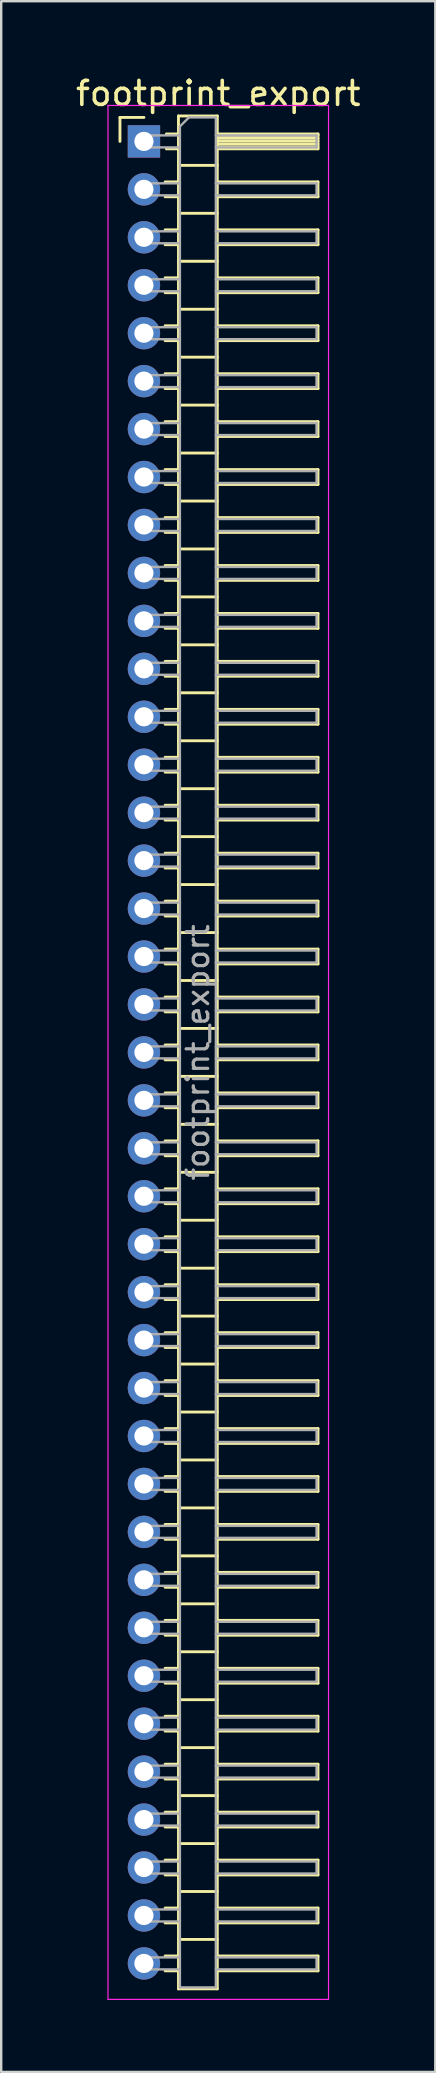
<source format=kicad_pcb>
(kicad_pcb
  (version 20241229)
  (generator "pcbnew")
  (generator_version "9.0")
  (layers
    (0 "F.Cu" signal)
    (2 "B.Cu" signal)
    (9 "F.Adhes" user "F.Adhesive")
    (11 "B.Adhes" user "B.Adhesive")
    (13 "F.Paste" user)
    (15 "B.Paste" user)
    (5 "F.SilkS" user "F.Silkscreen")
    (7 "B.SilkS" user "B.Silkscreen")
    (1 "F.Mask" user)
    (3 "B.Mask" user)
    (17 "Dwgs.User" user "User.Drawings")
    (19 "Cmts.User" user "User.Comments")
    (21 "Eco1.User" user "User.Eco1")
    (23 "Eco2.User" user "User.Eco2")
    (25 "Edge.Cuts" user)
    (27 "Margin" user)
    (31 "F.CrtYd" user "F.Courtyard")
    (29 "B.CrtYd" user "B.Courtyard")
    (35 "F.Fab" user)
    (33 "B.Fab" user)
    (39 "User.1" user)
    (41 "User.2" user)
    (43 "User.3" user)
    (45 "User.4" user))
  (footprint "footprint_export"
    (layer "F.Cu")
    (at 2.954 2.848)
    (property "Reference" "footprint_export" (at 3.1 -2 0) (layer "F.SilkS") (effects (font (size 1 1) (thickness 0.15))))
    (attr through_hole)
    (fp_line (start -1 -1) (end 0 -1) (stroke (width 0.12) (type solid)) (layer "F.SilkS"))
    (fp_line (start -1 0) (end -1 -1) (stroke (width 0.12) (type solid)) (layer "F.SilkS"))
    (fp_line (start 0.882 1.69) (end 1.44 1.69) (stroke (width 0.12) (type solid)) (layer "F.SilkS"))
    (fp_line (start 0.882 2.31) (end 1.44 2.31) (stroke (width 0.12) (type solid)) (layer "F.SilkS"))
    (fp_line (start 0.882 3.69) (end 1.44 3.69) (stroke (width 0.12) (type solid)) (layer "F.SilkS"))
    (fp_line (start 0.882 4.31) (end 1.44 4.31) (stroke (width 0.12) (type solid)) (layer "F.SilkS"))
    (fp_line (start 0.882 5.69) (end 1.44 5.69) (stroke (width 0.12) (type solid)) (layer "F.SilkS"))
    (fp_line (start 0.882 6.31) (end 1.44 6.31) (stroke (width 0.12) (type solid)) (layer "F.SilkS"))
    (fp_line (start 0.882 7.69) (end 1.44 7.69) (stroke (width 0.12) (type solid)) (layer "F.SilkS"))
    (fp_line (start 0.882 8.31) (end 1.44 8.31) (stroke (width 0.12) (type solid)) (layer "F.SilkS"))
    (fp_line (start 0.882 9.69) (end 1.44 9.69) (stroke (width 0.12) (type solid)) (layer "F.SilkS"))
    (fp_line (start 0.882 10.31) (end 1.44 10.31) (stroke (width 0.12) (type solid)) (layer "F.SilkS"))
    (fp_line (start 0.882 11.69) (end 1.44 11.69) (stroke (width 0.12) (type solid)) (layer "F.SilkS"))
    (fp_line (start 0.882 12.31) (end 1.44 12.31) (stroke (width 0.12) (type solid)) (layer "F.SilkS"))
    (fp_line (start 0.882 13.69) (end 1.44 13.69) (stroke (width 0.12) (type solid)) (layer "F.SilkS"))
    (fp_line (start 0.882 14.31) (end 1.44 14.31) (stroke (width 0.12) (type solid)) (layer "F.SilkS"))
    (fp_line (start 0.882 15.69) (end 1.44 15.69) (stroke (width 0.12) (type solid)) (layer "F.SilkS"))
    (fp_line (start 0.882 16.31) (end 1.44 16.31) (stroke (width 0.12) (type solid)) (layer "F.SilkS"))
    (fp_line (start 0.882 17.69) (end 1.44 17.69) (stroke (width 0.12) (type solid)) (layer "F.SilkS"))
    (fp_line (start 0.882 18.31) (end 1.44 18.31) (stroke (width 0.12) (type solid)) (layer "F.SilkS"))
    (fp_line (start 0.882 19.69) (end 1.44 19.69) (stroke (width 0.12) (type solid)) (layer "F.SilkS"))
    (fp_line (start 0.882 20.31) (end 1.44 20.31) (stroke (width 0.12) (type solid)) (layer "F.SilkS"))
    (fp_line (start 0.882 21.69) (end 1.44 21.69) (stroke (width 0.12) (type solid)) (layer "F.SilkS"))
    (fp_line (start 0.882 22.31) (end 1.44 22.31) (stroke (width 0.12) (type solid)) (layer "F.SilkS"))
    (fp_line (start 0.882 23.69) (end 1.44 23.69) (stroke (width 0.12) (type solid)) (layer "F.SilkS"))
    (fp_line (start 0.882 24.31) (end 1.44 24.31) (stroke (width 0.12) (type solid)) (layer "F.SilkS"))
    (fp_line (start 0.882 25.69) (end 1.44 25.69) (stroke (width 0.12) (type solid)) (layer "F.SilkS"))
    (fp_line (start 0.882 26.31) (end 1.44 26.31) (stroke (width 0.12) (type solid)) (layer "F.SilkS"))
    (fp_line (start 0.882 27.69) (end 1.44 27.69) (stroke (width 0.12) (type solid)) (layer "F.SilkS"))
    (fp_line (start 0.882 28.31) (end 1.44 28.31) (stroke (width 0.12) (type solid)) (layer "F.SilkS"))
    (fp_line (start 0.882 29.69) (end 1.44 29.69) (stroke (width 0.12) (type solid)) (layer "F.SilkS"))
    (fp_line (start 0.882 30.31) (end 1.44 30.31) (stroke (width 0.12) (type solid)) (layer "F.SilkS"))
    (fp_line (start 0.882 31.69) (end 1.44 31.69) (stroke (width 0.12) (type solid)) (layer "F.SilkS"))
    (fp_line (start 0.882 32.31) (end 1.44 32.31) (stroke (width 0.12) (type solid)) (layer "F.SilkS"))
    (fp_line (start 0.882 33.69) (end 1.44 33.69) (stroke (width 0.12) (type solid)) (layer "F.SilkS"))
    (fp_line (start 0.882 34.31) (end 1.44 34.31) (stroke (width 0.12) (type solid)) (layer "F.SilkS"))
    (fp_line (start 0.882 35.69) (end 1.44 35.69) (stroke (width 0.12) (type solid)) (layer "F.SilkS"))
    (fp_line (start 0.882 36.31) (end 1.44 36.31) (stroke (width 0.12) (type solid)) (layer "F.SilkS"))
    (fp_line (start 0.882 37.69) (end 1.44 37.69) (stroke (width 0.12) (type solid)) (layer "F.SilkS"))
    (fp_line (start 0.882 38.31) (end 1.44 38.31) (stroke (width 0.12) (type solid)) (layer "F.SilkS"))
    (fp_line (start 0.882 39.69) (end 1.44 39.69) (stroke (width 0.12) (type solid)) (layer "F.SilkS"))
    (fp_line (start 0.882 40.31) (end 1.44 40.31) (stroke (width 0.12) (type solid)) (layer "F.SilkS"))
    (fp_line (start 0.882 41.69) (end 1.44 41.69) (stroke (width 0.12) (type solid)) (layer "F.SilkS"))
    (fp_line (start 0.882 42.31) (end 1.44 42.31) (stroke (width 0.12) (type solid)) (layer "F.SilkS"))
    (fp_line (start 0.882 43.69) (end 1.44 43.69) (stroke (width 0.12) (type solid)) (layer "F.SilkS"))
    (fp_line (start 0.882 44.31) (end 1.44 44.31) (stroke (width 0.12) (type solid)) (layer "F.SilkS"))
    (fp_line (start 0.882 45.69) (end 1.44 45.69) (stroke (width 0.12) (type solid)) (layer "F.SilkS"))
    (fp_line (start 0.882 46.31) (end 1.44 46.31) (stroke (width 0.12) (type solid)) (layer "F.SilkS"))
    (fp_line (start 0.882 47.69) (end 1.44 47.69) (stroke (width 0.12) (type solid)) (layer "F.SilkS"))
    (fp_line (start 0.882 48.31) (end 1.44 48.31) (stroke (width 0.12) (type solid)) (layer "F.SilkS"))
    (fp_line (start 0.882 49.69) (end 1.44 49.69) (stroke (width 0.12) (type solid)) (layer "F.SilkS"))
    (fp_line (start 0.882 50.31) (end 1.44 50.31) (stroke (width 0.12) (type solid)) (layer "F.SilkS"))
    (fp_line (start 0.882 51.69) (end 1.44 51.69) (stroke (width 0.12) (type solid)) (layer "F.SilkS"))
    (fp_line (start 0.882 52.31) (end 1.44 52.31) (stroke (width 0.12) (type solid)) (layer "F.SilkS"))
    (fp_line (start 0.882 53.69) (end 1.44 53.69) (stroke (width 0.12) (type solid)) (layer "F.SilkS"))
    (fp_line (start 0.882 54.31) (end 1.44 54.31) (stroke (width 0.12) (type solid)) (layer "F.SilkS"))
    (fp_line (start 0.882 55.69) (end 1.44 55.69) (stroke (width 0.12) (type solid)) (layer "F.SilkS"))
    (fp_line (start 0.882 56.31) (end 1.44 56.31) (stroke (width 0.12) (type solid)) (layer "F.SilkS"))
    (fp_line (start 0.882 57.69) (end 1.44 57.69) (stroke (width 0.12) (type solid)) (layer "F.SilkS"))
    (fp_line (start 0.882 58.31) (end 1.44 58.31) (stroke (width 0.12) (type solid)) (layer "F.SilkS"))
    (fp_line (start 0.882 59.69) (end 1.44 59.69) (stroke (width 0.12) (type solid)) (layer "F.SilkS"))
    (fp_line (start 0.882 60.31) (end 1.44 60.31) (stroke (width 0.12) (type solid)) (layer "F.SilkS"))
    (fp_line (start 0.882 61.69) (end 1.44 61.69) (stroke (width 0.12) (type solid)) (layer "F.SilkS"))
    (fp_line (start 0.882 62.31) (end 1.44 62.31) (stroke (width 0.12) (type solid)) (layer "F.SilkS"))
    (fp_line (start 0.882 63.69) (end 1.44 63.69) (stroke (width 0.12) (type solid)) (layer "F.SilkS"))
    (fp_line (start 0.882 64.31) (end 1.44 64.31) (stroke (width 0.12) (type solid)) (layer "F.SilkS"))
    (fp_line (start 0.882 65.69) (end 1.44 65.69) (stroke (width 0.12) (type solid)) (layer "F.SilkS"))
    (fp_line (start 0.882 66.31) (end 1.44 66.31) (stroke (width 0.12) (type solid)) (layer "F.SilkS"))
    (fp_line (start 0.882 67.69) (end 1.44 67.69) (stroke (width 0.12) (type solid)) (layer "F.SilkS"))
    (fp_line (start 0.882 68.31) (end 1.44 68.31) (stroke (width 0.12) (type solid)) (layer "F.SilkS"))
    (fp_line (start 0.882 69.69) (end 1.44 69.69) (stroke (width 0.12) (type solid)) (layer "F.SilkS"))
    (fp_line (start 0.882 70.31) (end 1.44 70.31) (stroke (width 0.12) (type solid)) (layer "F.SilkS"))
    (fp_line (start 0.882 71.69) (end 1.44 71.69) (stroke (width 0.12) (type solid)) (layer "F.SilkS"))
    (fp_line (start 0.882 72.31) (end 1.44 72.31) (stroke (width 0.12) (type solid)) (layer "F.SilkS"))
    (fp_line (start 0.882 73.69) (end 1.44 73.69) (stroke (width 0.12) (type solid)) (layer "F.SilkS"))
    (fp_line (start 0.882 74.31) (end 1.44 74.31) (stroke (width 0.12) (type solid)) (layer "F.SilkS"))
    (fp_line (start 0.882 75.69) (end 1.44 75.69) (stroke (width 0.12) (type solid)) (layer "F.SilkS"))
    (fp_line (start 0.882 76.31) (end 1.44 76.31) (stroke (width 0.12) (type solid)) (layer "F.SilkS"))
    (fp_line (start 0.935 -0.31) (end 1.44 -0.31) (stroke (width 0.12) (type solid)) (layer "F.SilkS"))
    (fp_line (start 0.935 0.31) (end 1.44 0.31) (stroke (width 0.12) (type solid)) (layer "F.SilkS"))
    (fp_line (start 1.44 -1.06) (end 1.44 77.06) (stroke (width 0.12) (type solid)) (layer "F.SilkS"))
    (fp_line (start 1.44 1) (end 3.06 1) (stroke (width 0.12) (type solid)) (layer "F.SilkS"))
    (fp_line (start 1.44 3) (end 3.06 3) (stroke (width 0.12) (type solid)) (layer "F.SilkS"))
    (fp_line (start 1.44 5) (end 3.06 5) (stroke (width 0.12) (type solid)) (layer "F.SilkS"))
    (fp_line (start 1.44 7) (end 3.06 7) (stroke (width 0.12) (type solid)) (layer "F.SilkS"))
    (fp_line (start 1.44 9) (end 3.06 9) (stroke (width 0.12) (type solid)) (layer "F.SilkS"))
    (fp_line (start 1.44 11) (end 3.06 11) (stroke (width 0.12) (type solid)) (layer "F.SilkS"))
    (fp_line (start 1.44 13) (end 3.06 13) (stroke (width 0.12) (type solid)) (layer "F.SilkS"))
    (fp_line (start 1.44 15) (end 3.06 15) (stroke (width 0.12) (type solid)) (layer "F.SilkS"))
    (fp_line (start 1.44 17) (end 3.06 17) (stroke (width 0.12) (type solid)) (layer "F.SilkS"))
    (fp_line (start 1.44 19) (end 3.06 19) (stroke (width 0.12) (type solid)) (layer "F.SilkS"))
    (fp_line (start 1.44 21) (end 3.06 21) (stroke (width 0.12) (type solid)) (layer "F.SilkS"))
    (fp_line (start 1.44 23) (end 3.06 23) (stroke (width 0.12) (type solid)) (layer "F.SilkS"))
    (fp_line (start 1.44 25) (end 3.06 25) (stroke (width 0.12) (type solid)) (layer "F.SilkS"))
    (fp_line (start 1.44 27) (end 3.06 27) (stroke (width 0.12) (type solid)) (layer "F.SilkS"))
    (fp_line (start 1.44 29) (end 3.06 29) (stroke (width 0.12) (type solid)) (layer "F.SilkS"))
    (fp_line (start 1.44 31) (end 3.06 31) (stroke (width 0.12) (type solid)) (layer "F.SilkS"))
    (fp_line (start 1.44 33) (end 3.06 33) (stroke (width 0.12) (type solid)) (layer "F.SilkS"))
    (fp_line (start 1.44 35) (end 3.06 35) (stroke (width 0.12) (type solid)) (layer "F.SilkS"))
    (fp_line (start 1.44 37) (end 3.06 37) (stroke (width 0.12) (type solid)) (layer "F.SilkS"))
    (fp_line (start 1.44 39) (end 3.06 39) (stroke (width 0.12) (type solid)) (layer "F.SilkS"))
    (fp_line (start 1.44 41) (end 3.06 41) (stroke (width 0.12) (type solid)) (layer "F.SilkS"))
    (fp_line (start 1.44 43) (end 3.06 43) (stroke (width 0.12) (type solid)) (layer "F.SilkS"))
    (fp_line (start 1.44 45) (end 3.06 45) (stroke (width 0.12) (type solid)) (layer "F.SilkS"))
    (fp_line (start 1.44 47) (end 3.06 47) (stroke (width 0.12) (type solid)) (layer "F.SilkS"))
    (fp_line (start 1.44 49) (end 3.06 49) (stroke (width 0.12) (type solid)) (layer "F.SilkS"))
    (fp_line (start 1.44 51) (end 3.06 51) (stroke (width 0.12) (type solid)) (layer "F.SilkS"))
    (fp_line (start 1.44 53) (end 3.06 53) (stroke (width 0.12) (type solid)) (layer "F.SilkS"))
    (fp_line (start 1.44 55) (end 3.06 55) (stroke (width 0.12) (type solid)) (layer "F.SilkS"))
    (fp_line (start 1.44 57) (end 3.06 57) (stroke (width 0.12) (type solid)) (layer "F.SilkS"))
    (fp_line (start 1.44 59) (end 3.06 59) (stroke (width 0.12) (type solid)) (layer "F.SilkS"))
    (fp_line (start 1.44 61) (end 3.06 61) (stroke (width 0.12) (type solid)) (layer "F.SilkS"))
    (fp_line (start 1.44 63) (end 3.06 63) (stroke (width 0.12) (type solid)) (layer "F.SilkS"))
    (fp_line (start 1.44 65) (end 3.06 65) (stroke (width 0.12) (type solid)) (layer "F.SilkS"))
    (fp_line (start 1.44 67) (end 3.06 67) (stroke (width 0.12) (type solid)) (layer "F.SilkS"))
    (fp_line (start 1.44 69) (end 3.06 69) (stroke (width 0.12) (type solid)) (layer "F.SilkS"))
    (fp_line (start 1.44 71) (end 3.06 71) (stroke (width 0.12) (type solid)) (layer "F.SilkS"))
    (fp_line (start 1.44 73) (end 3.06 73) (stroke (width 0.12) (type solid)) (layer "F.SilkS"))
    (fp_line (start 1.44 75) (end 3.06 75) (stroke (width 0.12) (type solid)) (layer "F.SilkS"))
    (fp_line (start 1.44 77.06) (end 3.06 77.06) (stroke (width 0.12) (type solid)) (layer "F.SilkS"))
    (fp_line (start 3.06 -1.06) (end 1.44 -1.06) (stroke (width 0.12) (type solid)) (layer "F.SilkS"))
    (fp_line (start 3.06 -0.31) (end 7.26 -0.31) (stroke (width 0.12) (type solid)) (layer "F.SilkS"))
    (fp_line (start 3.06 -0.25) (end 7.26 -0.25) (stroke (width 0.12) (type solid)) (layer "F.SilkS"))
    (fp_line (start 3.06 -0.13) (end 7.26 -0.13) (stroke (width 0.12) (type solid)) (layer "F.SilkS"))
    (fp_line (start 3.06 -0.01) (end 7.26 -0.01) (stroke (width 0.12) (type solid)) (layer "F.SilkS"))
    (fp_line (start 3.06 0.11) (end 7.26 0.11) (stroke (width 0.12) (type solid)) (layer "F.SilkS"))
    (fp_line (start 3.06 0.23) (end 7.26 0.23) (stroke (width 0.12) (type solid)) (layer "F.SilkS"))
    (fp_line (start 3.06 1.69) (end 7.26 1.69) (stroke (width 0.12) (type solid)) (layer "F.SilkS"))
    (fp_line (start 3.06 3.69) (end 7.26 3.69) (stroke (width 0.12) (type solid)) (layer "F.SilkS"))
    (fp_line (start 3.06 5.69) (end 7.26 5.69) (stroke (width 0.12) (type solid)) (layer "F.SilkS"))
    (fp_line (start 3.06 7.69) (end 7.26 7.69) (stroke (width 0.12) (type solid)) (layer "F.SilkS"))
    (fp_line (start 3.06 9.69) (end 7.26 9.69) (stroke (width 0.12) (type solid)) (layer "F.SilkS"))
    (fp_line (start 3.06 11.69) (end 7.26 11.69) (stroke (width 0.12) (type solid)) (layer "F.SilkS"))
    (fp_line (start 3.06 13.69) (end 7.26 13.69) (stroke (width 0.12) (type solid)) (layer "F.SilkS"))
    (fp_line (start 3.06 15.69) (end 7.26 15.69) (stroke (width 0.12) (type solid)) (layer "F.SilkS"))
    (fp_line (start 3.06 17.69) (end 7.26 17.69) (stroke (width 0.12) (type solid)) (layer "F.SilkS"))
    (fp_line (start 3.06 19.69) (end 7.26 19.69) (stroke (width 0.12) (type solid)) (layer "F.SilkS"))
    (fp_line (start 3.06 21.69) (end 7.26 21.69) (stroke (width 0.12) (type solid)) (layer "F.SilkS"))
    (fp_line (start 3.06 23.69) (end 7.26 23.69) (stroke (width 0.12) (type solid)) (layer "F.SilkS"))
    (fp_line (start 3.06 25.69) (end 7.26 25.69) (stroke (width 0.12) (type solid)) (layer "F.SilkS"))
    (fp_line (start 3.06 27.69) (end 7.26 27.69) (stroke (width 0.12) (type solid)) (layer "F.SilkS"))
    (fp_line (start 3.06 29.69) (end 7.26 29.69) (stroke (width 0.12) (type solid)) (layer "F.SilkS"))
    (fp_line (start 3.06 31.69) (end 7.26 31.69) (stroke (width 0.12) (type solid)) (layer "F.SilkS"))
    (fp_line (start 3.06 33.69) (end 7.26 33.69) (stroke (width 0.12) (type solid)) (layer "F.SilkS"))
    (fp_line (start 3.06 35.69) (end 7.26 35.69) (stroke (width 0.12) (type solid)) (layer "F.SilkS"))
    (fp_line (start 3.06 37.69) (end 7.26 37.69) (stroke (width 0.12) (type solid)) (layer "F.SilkS"))
    (fp_line (start 3.06 39.69) (end 7.26 39.69) (stroke (width 0.12) (type solid)) (layer "F.SilkS"))
    (fp_line (start 3.06 41.69) (end 7.26 41.69) (stroke (width 0.12) (type solid)) (layer "F.SilkS"))
    (fp_line (start 3.06 43.69) (end 7.26 43.69) (stroke (width 0.12) (type solid)) (layer "F.SilkS"))
    (fp_line (start 3.06 45.69) (end 7.26 45.69) (stroke (width 0.12) (type solid)) (layer "F.SilkS"))
    (fp_line (start 3.06 47.69) (end 7.26 47.69) (stroke (width 0.12) (type solid)) (layer "F.SilkS"))
    (fp_line (start 3.06 49.69) (end 7.26 49.69) (stroke (width 0.12) (type solid)) (layer "F.SilkS"))
    (fp_line (start 3.06 51.69) (end 7.26 51.69) (stroke (width 0.12) (type solid)) (layer "F.SilkS"))
    (fp_line (start 3.06 53.69) (end 7.26 53.69) (stroke (width 0.12) (type solid)) (layer "F.SilkS"))
    (fp_line (start 3.06 55.69) (end 7.26 55.69) (stroke (width 0.12) (type solid)) (layer "F.SilkS"))
    (fp_line (start 3.06 57.69) (end 7.26 57.69) (stroke (width 0.12) (type solid)) (layer "F.SilkS"))
    (fp_line (start 3.06 59.69) (end 7.26 59.69) (stroke (width 0.12) (type solid)) (layer "F.SilkS"))
    (fp_line (start 3.06 61.69) (end 7.26 61.69) (stroke (width 0.12) (type solid)) (layer "F.SilkS"))
    (fp_line (start 3.06 63.69) (end 7.26 63.69) (stroke (width 0.12) (type solid)) (layer "F.SilkS"))
    (fp_line (start 3.06 65.69) (end 7.26 65.69) (stroke (width 0.12) (type solid)) (layer "F.SilkS"))
    (fp_line (start 3.06 67.69) (end 7.26 67.69) (stroke (width 0.12) (type solid)) (layer "F.SilkS"))
    (fp_line (start 3.06 69.69) (end 7.26 69.69) (stroke (width 0.12) (type solid)) (layer "F.SilkS"))
    (fp_line (start 3.06 71.69) (end 7.26 71.69) (stroke (width 0.12) (type solid)) (layer "F.SilkS"))
    (fp_line (start 3.06 73.69) (end 7.26 73.69) (stroke (width 0.12) (type solid)) (layer "F.SilkS"))
    (fp_line (start 3.06 75.69) (end 7.26 75.69) (stroke (width 0.12) (type solid)) (layer "F.SilkS"))
    (fp_line (start 3.06 77.06) (end 3.06 -1.06) (stroke (width 0.12) (type solid)) (layer "F.SilkS"))
    (fp_line (start 7.26 -0.31) (end 7.26 0.31) (stroke (width 0.12) (type solid)) (layer "F.SilkS"))
    (fp_line (start 7.26 0.31) (end 3.06 0.31) (stroke (width 0.12) (type solid)) (layer "F.SilkS"))
    (fp_line (start 7.26 1.69) (end 7.26 2.31) (stroke (width 0.12) (type solid)) (layer "F.SilkS"))
    (fp_line (start 7.26 2.31) (end 3.06 2.31) (stroke (width 0.12) (type solid)) (layer "F.SilkS"))
    (fp_line (start 7.26 3.69) (end 7.26 4.31) (stroke (width 0.12) (type solid)) (layer "F.SilkS"))
    (fp_line (start 7.26 4.31) (end 3.06 4.31) (stroke (width 0.12) (type solid)) (layer "F.SilkS"))
    (fp_line (start 7.26 5.69) (end 7.26 6.31) (stroke (width 0.12) (type solid)) (layer "F.SilkS"))
    (fp_line (start 7.26 6.31) (end 3.06 6.31) (stroke (width 0.12) (type solid)) (layer "F.SilkS"))
    (fp_line (start 7.26 7.69) (end 7.26 8.31) (stroke (width 0.12) (type solid)) (layer "F.SilkS"))
    (fp_line (start 7.26 8.31) (end 3.06 8.31) (stroke (width 0.12) (type solid)) (layer "F.SilkS"))
    (fp_line (start 7.26 9.69) (end 7.26 10.31) (stroke (width 0.12) (type solid)) (layer "F.SilkS"))
    (fp_line (start 7.26 10.31) (end 3.06 10.31) (stroke (width 0.12) (type solid)) (layer "F.SilkS"))
    (fp_line (start 7.26 11.69) (end 7.26 12.31) (stroke (width 0.12) (type solid)) (layer "F.SilkS"))
    (fp_line (start 7.26 12.31) (end 3.06 12.31) (stroke (width 0.12) (type solid)) (layer "F.SilkS"))
    (fp_line (start 7.26 13.69) (end 7.26 14.31) (stroke (width 0.12) (type solid)) (layer "F.SilkS"))
    (fp_line (start 7.26 14.31) (end 3.06 14.31) (stroke (width 0.12) (type solid)) (layer "F.SilkS"))
    (fp_line (start 7.26 15.69) (end 7.26 16.31) (stroke (width 0.12) (type solid)) (layer "F.SilkS"))
    (fp_line (start 7.26 16.31) (end 3.06 16.31) (stroke (width 0.12) (type solid)) (layer "F.SilkS"))
    (fp_line (start 7.26 17.69) (end 7.26 18.31) (stroke (width 0.12) (type solid)) (layer "F.SilkS"))
    (fp_line (start 7.26 18.31) (end 3.06 18.31) (stroke (width 0.12) (type solid)) (layer "F.SilkS"))
    (fp_line (start 7.26 19.69) (end 7.26 20.31) (stroke (width 0.12) (type solid)) (layer "F.SilkS"))
    (fp_line (start 7.26 20.31) (end 3.06 20.31) (stroke (width 0.12) (type solid)) (layer "F.SilkS"))
    (fp_line (start 7.26 21.69) (end 7.26 22.31) (stroke (width 0.12) (type solid)) (layer "F.SilkS"))
    (fp_line (start 7.26 22.31) (end 3.06 22.31) (stroke (width 0.12) (type solid)) (layer "F.SilkS"))
    (fp_line (start 7.26 23.69) (end 7.26 24.31) (stroke (width 0.12) (type solid)) (layer "F.SilkS"))
    (fp_line (start 7.26 24.31) (end 3.06 24.31) (stroke (width 0.12) (type solid)) (layer "F.SilkS"))
    (fp_line (start 7.26 25.69) (end 7.26 26.31) (stroke (width 0.12) (type solid)) (layer "F.SilkS"))
    (fp_line (start 7.26 26.31) (end 3.06 26.31) (stroke (width 0.12) (type solid)) (layer "F.SilkS"))
    (fp_line (start 7.26 27.69) (end 7.26 28.31) (stroke (width 0.12) (type solid)) (layer "F.SilkS"))
    (fp_line (start 7.26 28.31) (end 3.06 28.31) (stroke (width 0.12) (type solid)) (layer "F.SilkS"))
    (fp_line (start 7.26 29.69) (end 7.26 30.31) (stroke (width 0.12) (type solid)) (layer "F.SilkS"))
    (fp_line (start 7.26 30.31) (end 3.06 30.31) (stroke (width 0.12) (type solid)) (layer "F.SilkS"))
    (fp_line (start 7.26 31.69) (end 7.26 32.31) (stroke (width 0.12) (type solid)) (layer "F.SilkS"))
    (fp_line (start 7.26 32.31) (end 3.06 32.31) (stroke (width 0.12) (type solid)) (layer "F.SilkS"))
    (fp_line (start 7.26 33.69) (end 7.26 34.31) (stroke (width 0.12) (type solid)) (layer "F.SilkS"))
    (fp_line (start 7.26 34.31) (end 3.06 34.31) (stroke (width 0.12) (type solid)) (layer "F.SilkS"))
    (fp_line (start 7.26 35.69) (end 7.26 36.31) (stroke (width 0.12) (type solid)) (layer "F.SilkS"))
    (fp_line (start 7.26 36.31) (end 3.06 36.31) (stroke (width 0.12) (type solid)) (layer "F.SilkS"))
    (fp_line (start 7.26 37.69) (end 7.26 38.31) (stroke (width 0.12) (type solid)) (layer "F.SilkS"))
    (fp_line (start 7.26 38.31) (end 3.06 38.31) (stroke (width 0.12) (type solid)) (layer "F.SilkS"))
    (fp_line (start 7.26 39.69) (end 7.26 40.31) (stroke (width 0.12) (type solid)) (layer "F.SilkS"))
    (fp_line (start 7.26 40.31) (end 3.06 40.31) (stroke (width 0.12) (type solid)) (layer "F.SilkS"))
    (fp_line (start 7.26 41.69) (end 7.26 42.31) (stroke (width 0.12) (type solid)) (layer "F.SilkS"))
    (fp_line (start 7.26 42.31) (end 3.06 42.31) (stroke (width 0.12) (type solid)) (layer "F.SilkS"))
    (fp_line (start 7.26 43.69) (end 7.26 44.31) (stroke (width 0.12) (type solid)) (layer "F.SilkS"))
    (fp_line (start 7.26 44.31) (end 3.06 44.31) (stroke (width 0.12) (type solid)) (layer "F.SilkS"))
    (fp_line (start 7.26 45.69) (end 7.26 46.31) (stroke (width 0.12) (type solid)) (layer "F.SilkS"))
    (fp_line (start 7.26 46.31) (end 3.06 46.31) (stroke (width 0.12) (type solid)) (layer "F.SilkS"))
    (fp_line (start 7.26 47.69) (end 7.26 48.31) (stroke (width 0.12) (type solid)) (layer "F.SilkS"))
    (fp_line (start 7.26 48.31) (end 3.06 48.31) (stroke (width 0.12) (type solid)) (layer "F.SilkS"))
    (fp_line (start 7.26 49.69) (end 7.26 50.31) (stroke (width 0.12) (type solid)) (layer "F.SilkS"))
    (fp_line (start 7.26 50.31) (end 3.06 50.31) (stroke (width 0.12) (type solid)) (layer "F.SilkS"))
    (fp_line (start 7.26 51.69) (end 7.26 52.31) (stroke (width 0.12) (type solid)) (layer "F.SilkS"))
    (fp_line (start 7.26 52.31) (end 3.06 52.31) (stroke (width 0.12) (type solid)) (layer "F.SilkS"))
    (fp_line (start 7.26 53.69) (end 7.26 54.31) (stroke (width 0.12) (type solid)) (layer "F.SilkS"))
    (fp_line (start 7.26 54.31) (end 3.06 54.31) (stroke (width 0.12) (type solid)) (layer "F.SilkS"))
    (fp_line (start 7.26 55.69) (end 7.26 56.31) (stroke (width 0.12) (type solid)) (layer "F.SilkS"))
    (fp_line (start 7.26 56.31) (end 3.06 56.31) (stroke (width 0.12) (type solid)) (layer "F.SilkS"))
    (fp_line (start 7.26 57.69) (end 7.26 58.31) (stroke (width 0.12) (type solid)) (layer "F.SilkS"))
    (fp_line (start 7.26 58.31) (end 3.06 58.31) (stroke (width 0.12) (type solid)) (layer "F.SilkS"))
    (fp_line (start 7.26 59.69) (end 7.26 60.31) (stroke (width 0.12) (type solid)) (layer "F.SilkS"))
    (fp_line (start 7.26 60.31) (end 3.06 60.31) (stroke (width 0.12) (type solid)) (layer "F.SilkS"))
    (fp_line (start 7.26 61.69) (end 7.26 62.31) (stroke (width 0.12) (type solid)) (layer "F.SilkS"))
    (fp_line (start 7.26 62.31) (end 3.06 62.31) (stroke (width 0.12) (type solid)) (layer "F.SilkS"))
    (fp_line (start 7.26 63.69) (end 7.26 64.31) (stroke (width 0.12) (type solid)) (layer "F.SilkS"))
    (fp_line (start 7.26 64.31) (end 3.06 64.31) (stroke (width 0.12) (type solid)) (layer "F.SilkS"))
    (fp_line (start 7.26 65.69) (end 7.26 66.31) (stroke (width 0.12) (type solid)) (layer "F.SilkS"))
    (fp_line (start 7.26 66.31) (end 3.06 66.31) (stroke (width 0.12) (type solid)) (layer "F.SilkS"))
    (fp_line (start 7.26 67.69) (end 7.26 68.31) (stroke (width 0.12) (type solid)) (layer "F.SilkS"))
    (fp_line (start 7.26 68.31) (end 3.06 68.31) (stroke (width 0.12) (type solid)) (layer "F.SilkS"))
    (fp_line (start 7.26 69.69) (end 7.26 70.31) (stroke (width 0.12) (type solid)) (layer "F.SilkS"))
    (fp_line (start 7.26 70.31) (end 3.06 70.31) (stroke (width 0.12) (type solid)) (layer "F.SilkS"))
    (fp_line (start 7.26 71.69) (end 7.26 72.31) (stroke (width 0.12) (type solid)) (layer "F.SilkS"))
    (fp_line (start 7.26 72.31) (end 3.06 72.31) (stroke (width 0.12) (type solid)) (layer "F.SilkS"))
    (fp_line (start 7.26 73.69) (end 7.26 74.31) (stroke (width 0.12) (type solid)) (layer "F.SilkS"))
    (fp_line (start 7.26 74.31) (end 3.06 74.31) (stroke (width 0.12) (type solid)) (layer "F.SilkS"))
    (fp_line (start 7.26 75.69) (end 7.26 76.31) (stroke (width 0.12) (type solid)) (layer "F.SilkS"))
    (fp_line (start 7.26 76.31) (end 3.06 76.31) (stroke (width 0.12) (type solid)) (layer "F.SilkS"))
    (fp_line (start -1.5 -1.5) (end -1.5 77.5) (stroke (width 0.05) (type solid)) (layer "F.CrtYd"))
    (fp_line (start -1.5 77.5) (end 7.7 77.5) (stroke (width 0.05) (type solid)) (layer "F.CrtYd"))
    (fp_line (start 7.7 -1.5) (end -1.5 -1.5) (stroke (width 0.05) (type solid)) (layer "F.CrtYd"))
    (fp_line (start 7.7 77.5) (end 7.7 -1.5) (stroke (width 0.05) (type solid)) (layer "F.CrtYd"))
    (fp_line (start -0.25 -0.25) (end -0.25 0.25) (stroke (width 0.1) (type solid)) (layer "F.Fab"))
    (fp_line (start -0.25 -0.25) (end 1.5 -0.25) (stroke (width 0.1) (type solid)) (layer "F.Fab"))
    (fp_line (start -0.25 0.25) (end 1.5 0.25) (stroke (width 0.1) (type solid)) (layer "F.Fab"))
    (fp_line (start -0.25 1.75) (end -0.25 2.25) (stroke (width 0.1) (type solid)) (layer "F.Fab"))
    (fp_line (start -0.25 1.75) (end 1.5 1.75) (stroke (width 0.1) (type solid)) (layer "F.Fab"))
    (fp_line (start -0.25 2.25) (end 1.5 2.25) (stroke (width 0.1) (type solid)) (layer "F.Fab"))
    (fp_line (start -0.25 3.75) (end -0.25 4.25) (stroke (width 0.1) (type solid)) (layer "F.Fab"))
    (fp_line (start -0.25 3.75) (end 1.5 3.75) (stroke (width 0.1) (type solid)) (layer "F.Fab"))
    (fp_line (start -0.25 4.25) (end 1.5 4.25) (stroke (width 0.1) (type solid)) (layer "F.Fab"))
    (fp_line (start -0.25 5.75) (end -0.25 6.25) (stroke (width 0.1) (type solid)) (layer "F.Fab"))
    (fp_line (start -0.25 5.75) (end 1.5 5.75) (stroke (width 0.1) (type solid)) (layer "F.Fab"))
    (fp_line (start -0.25 6.25) (end 1.5 6.25) (stroke (width 0.1) (type solid)) (layer "F.Fab"))
    (fp_line (start -0.25 7.75) (end -0.25 8.25) (stroke (width 0.1) (type solid)) (layer "F.Fab"))
    (fp_line (start -0.25 7.75) (end 1.5 7.75) (stroke (width 0.1) (type solid)) (layer "F.Fab"))
    (fp_line (start -0.25 8.25) (end 1.5 8.25) (stroke (width 0.1) (type solid)) (layer "F.Fab"))
    (fp_line (start -0.25 9.75) (end -0.25 10.25) (stroke (width 0.1) (type solid)) (layer "F.Fab"))
    (fp_line (start -0.25 9.75) (end 1.5 9.75) (stroke (width 0.1) (type solid)) (layer "F.Fab"))
    (fp_line (start -0.25 10.25) (end 1.5 10.25) (stroke (width 0.1) (type solid)) (layer "F.Fab"))
    (fp_line (start -0.25 11.75) (end -0.25 12.25) (stroke (width 0.1) (type solid)) (layer "F.Fab"))
    (fp_line (start -0.25 11.75) (end 1.5 11.75) (stroke (width 0.1) (type solid)) (layer "F.Fab"))
    (fp_line (start -0.25 12.25) (end 1.5 12.25) (stroke (width 0.1) (type solid)) (layer "F.Fab"))
    (fp_line (start -0.25 13.75) (end -0.25 14.25) (stroke (width 0.1) (type solid)) (layer "F.Fab"))
    (fp_line (start -0.25 13.75) (end 1.5 13.75) (stroke (width 0.1) (type solid)) (layer "F.Fab"))
    (fp_line (start -0.25 14.25) (end 1.5 14.25) (stroke (width 0.1) (type solid)) (layer "F.Fab"))
    (fp_line (start -0.25 15.75) (end -0.25 16.25) (stroke (width 0.1) (type solid)) (layer "F.Fab"))
    (fp_line (start -0.25 15.75) (end 1.5 15.75) (stroke (width 0.1) (type solid)) (layer "F.Fab"))
    (fp_line (start -0.25 16.25) (end 1.5 16.25) (stroke (width 0.1) (type solid)) (layer "F.Fab"))
    (fp_line (start -0.25 17.75) (end -0.25 18.25) (stroke (width 0.1) (type solid)) (layer "F.Fab"))
    (fp_line (start -0.25 17.75) (end 1.5 17.75) (stroke (width 0.1) (type solid)) (layer "F.Fab"))
    (fp_line (start -0.25 18.25) (end 1.5 18.25) (stroke (width 0.1) (type solid)) (layer "F.Fab"))
    (fp_line (start -0.25 19.75) (end -0.25 20.25) (stroke (width 0.1) (type solid)) (layer "F.Fab"))
    (fp_line (start -0.25 19.75) (end 1.5 19.75) (stroke (width 0.1) (type solid)) (layer "F.Fab"))
    (fp_line (start -0.25 20.25) (end 1.5 20.25) (stroke (width 0.1) (type solid)) (layer "F.Fab"))
    (fp_line (start -0.25 21.75) (end -0.25 22.25) (stroke (width 0.1) (type solid)) (layer "F.Fab"))
    (fp_line (start -0.25 21.75) (end 1.5 21.75) (stroke (width 0.1) (type solid)) (layer "F.Fab"))
    (fp_line (start -0.25 22.25) (end 1.5 22.25) (stroke (width 0.1) (type solid)) (layer "F.Fab"))
    (fp_line (start -0.25 23.75) (end -0.25 24.25) (stroke (width 0.1) (type solid)) (layer "F.Fab"))
    (fp_line (start -0.25 23.75) (end 1.5 23.75) (stroke (width 0.1) (type solid)) (layer "F.Fab"))
    (fp_line (start -0.25 24.25) (end 1.5 24.25) (stroke (width 0.1) (type solid)) (layer "F.Fab"))
    (fp_line (start -0.25 25.75) (end -0.25 26.25) (stroke (width 0.1) (type solid)) (layer "F.Fab"))
    (fp_line (start -0.25 25.75) (end 1.5 25.75) (stroke (width 0.1) (type solid)) (layer "F.Fab"))
    (fp_line (start -0.25 26.25) (end 1.5 26.25) (stroke (width 0.1) (type solid)) (layer "F.Fab"))
    (fp_line (start -0.25 27.75) (end -0.25 28.25) (stroke (width 0.1) (type solid)) (layer "F.Fab"))
    (fp_line (start -0.25 27.75) (end 1.5 27.75) (stroke (width 0.1) (type solid)) (layer "F.Fab"))
    (fp_line (start -0.25 28.25) (end 1.5 28.25) (stroke (width 0.1) (type solid)) (layer "F.Fab"))
    (fp_line (start -0.25 29.75) (end -0.25 30.25) (stroke (width 0.1) (type solid)) (layer "F.Fab"))
    (fp_line (start -0.25 29.75) (end 1.5 29.75) (stroke (width 0.1) (type solid)) (layer "F.Fab"))
    (fp_line (start -0.25 30.25) (end 1.5 30.25) (stroke (width 0.1) (type solid)) (layer "F.Fab"))
    (fp_line (start -0.25 31.75) (end -0.25 32.25) (stroke (width 0.1) (type solid)) (layer "F.Fab"))
    (fp_line (start -0.25 31.75) (end 1.5 31.75) (stroke (width 0.1) (type solid)) (layer "F.Fab"))
    (fp_line (start -0.25 32.25) (end 1.5 32.25) (stroke (width 0.1) (type solid)) (layer "F.Fab"))
    (fp_line (start -0.25 33.75) (end -0.25 34.25) (stroke (width 0.1) (type solid)) (layer "F.Fab"))
    (fp_line (start -0.25 33.75) (end 1.5 33.75) (stroke (width 0.1) (type solid)) (layer "F.Fab"))
    (fp_line (start -0.25 34.25) (end 1.5 34.25) (stroke (width 0.1) (type solid)) (layer "F.Fab"))
    (fp_line (start -0.25 35.75) (end -0.25 36.25) (stroke (width 0.1) (type solid)) (layer "F.Fab"))
    (fp_line (start -0.25 35.75) (end 1.5 35.75) (stroke (width 0.1) (type solid)) (layer "F.Fab"))
    (fp_line (start -0.25 36.25) (end 1.5 36.25) (stroke (width 0.1) (type solid)) (layer "F.Fab"))
    (fp_line (start -0.25 37.75) (end -0.25 38.25) (stroke (width 0.1) (type solid)) (layer "F.Fab"))
    (fp_line (start -0.25 37.75) (end 1.5 37.75) (stroke (width 0.1) (type solid)) (layer "F.Fab"))
    (fp_line (start -0.25 38.25) (end 1.5 38.25) (stroke (width 0.1) (type solid)) (layer "F.Fab"))
    (fp_line (start -0.25 39.75) (end -0.25 40.25) (stroke (width 0.1) (type solid)) (layer "F.Fab"))
    (fp_line (start -0.25 39.75) (end 1.5 39.75) (stroke (width 0.1) (type solid)) (layer "F.Fab"))
    (fp_line (start -0.25 40.25) (end 1.5 40.25) (stroke (width 0.1) (type solid)) (layer "F.Fab"))
    (fp_line (start -0.25 41.75) (end -0.25 42.25) (stroke (width 0.1) (type solid)) (layer "F.Fab"))
    (fp_line (start -0.25 41.75) (end 1.5 41.75) (stroke (width 0.1) (type solid)) (layer "F.Fab"))
    (fp_line (start -0.25 42.25) (end 1.5 42.25) (stroke (width 0.1) (type solid)) (layer "F.Fab"))
    (fp_line (start -0.25 43.75) (end -0.25 44.25) (stroke (width 0.1) (type solid)) (layer "F.Fab"))
    (fp_line (start -0.25 43.75) (end 1.5 43.75) (stroke (width 0.1) (type solid)) (layer "F.Fab"))
    (fp_line (start -0.25 44.25) (end 1.5 44.25) (stroke (width 0.1) (type solid)) (layer "F.Fab"))
    (fp_line (start -0.25 45.75) (end -0.25 46.25) (stroke (width 0.1) (type solid)) (layer "F.Fab"))
    (fp_line (start -0.25 45.75) (end 1.5 45.75) (stroke (width 0.1) (type solid)) (layer "F.Fab"))
    (fp_line (start -0.25 46.25) (end 1.5 46.25) (stroke (width 0.1) (type solid)) (layer "F.Fab"))
    (fp_line (start -0.25 47.75) (end -0.25 48.25) (stroke (width 0.1) (type solid)) (layer "F.Fab"))
    (fp_line (start -0.25 47.75) (end 1.5 47.75) (stroke (width 0.1) (type solid)) (layer "F.Fab"))
    (fp_line (start -0.25 48.25) (end 1.5 48.25) (stroke (width 0.1) (type solid)) (layer "F.Fab"))
    (fp_line (start -0.25 49.75) (end -0.25 50.25) (stroke (width 0.1) (type solid)) (layer "F.Fab"))
    (fp_line (start -0.25 49.75) (end 1.5 49.75) (stroke (width 0.1) (type solid)) (layer "F.Fab"))
    (fp_line (start -0.25 50.25) (end 1.5 50.25) (stroke (width 0.1) (type solid)) (layer "F.Fab"))
    (fp_line (start -0.25 51.75) (end -0.25 52.25) (stroke (width 0.1) (type solid)) (layer "F.Fab"))
    (fp_line (start -0.25 51.75) (end 1.5 51.75) (stroke (width 0.1) (type solid)) (layer "F.Fab"))
    (fp_line (start -0.25 52.25) (end 1.5 52.25) (stroke (width 0.1) (type solid)) (layer "F.Fab"))
    (fp_line (start -0.25 53.75) (end -0.25 54.25) (stroke (width 0.1) (type solid)) (layer "F.Fab"))
    (fp_line (start -0.25 53.75) (end 1.5 53.75) (stroke (width 0.1) (type solid)) (layer "F.Fab"))
    (fp_line (start -0.25 54.25) (end 1.5 54.25) (stroke (width 0.1) (type solid)) (layer "F.Fab"))
    (fp_line (start -0.25 55.75) (end -0.25 56.25) (stroke (width 0.1) (type solid)) (layer "F.Fab"))
    (fp_line (start -0.25 55.75) (end 1.5 55.75) (stroke (width 0.1) (type solid)) (layer "F.Fab"))
    (fp_line (start -0.25 56.25) (end 1.5 56.25) (stroke (width 0.1) (type solid)) (layer "F.Fab"))
    (fp_line (start -0.25 57.75) (end -0.25 58.25) (stroke (width 0.1) (type solid)) (layer "F.Fab"))
    (fp_line (start -0.25 57.75) (end 1.5 57.75) (stroke (width 0.1) (type solid)) (layer "F.Fab"))
    (fp_line (start -0.25 58.25) (end 1.5 58.25) (stroke (width 0.1) (type solid)) (layer "F.Fab"))
    (fp_line (start -0.25 59.75) (end -0.25 60.25) (stroke (width 0.1) (type solid)) (layer "F.Fab"))
    (fp_line (start -0.25 59.75) (end 1.5 59.75) (stroke (width 0.1) (type solid)) (layer "F.Fab"))
    (fp_line (start -0.25 60.25) (end 1.5 60.25) (stroke (width 0.1) (type solid)) (layer "F.Fab"))
    (fp_line (start -0.25 61.75) (end -0.25 62.25) (stroke (width 0.1) (type solid)) (layer "F.Fab"))
    (fp_line (start -0.25 61.75) (end 1.5 61.75) (stroke (width 0.1) (type solid)) (layer "F.Fab"))
    (fp_line (start -0.25 62.25) (end 1.5 62.25) (stroke (width 0.1) (type solid)) (layer "F.Fab"))
    (fp_line (start -0.25 63.75) (end -0.25 64.25) (stroke (width 0.1) (type solid)) (layer "F.Fab"))
    (fp_line (start -0.25 63.75) (end 1.5 63.75) (stroke (width 0.1) (type solid)) (layer "F.Fab"))
    (fp_line (start -0.25 64.25) (end 1.5 64.25) (stroke (width 0.1) (type solid)) (layer "F.Fab"))
    (fp_line (start -0.25 65.75) (end -0.25 66.25) (stroke (width 0.1) (type solid)) (layer "F.Fab"))
    (fp_line (start -0.25 65.75) (end 1.5 65.75) (stroke (width 0.1) (type solid)) (layer "F.Fab"))
    (fp_line (start -0.25 66.25) (end 1.5 66.25) (stroke (width 0.1) (type solid)) (layer "F.Fab"))
    (fp_line (start -0.25 67.75) (end -0.25 68.25) (stroke (width 0.1) (type solid)) (layer "F.Fab"))
    (fp_line (start -0.25 67.75) (end 1.5 67.75) (stroke (width 0.1) (type solid)) (layer "F.Fab"))
    (fp_line (start -0.25 68.25) (end 1.5 68.25) (stroke (width 0.1) (type solid)) (layer "F.Fab"))
    (fp_line (start -0.25 69.75) (end -0.25 70.25) (stroke (width 0.1) (type solid)) (layer "F.Fab"))
    (fp_line (start -0.25 69.75) (end 1.5 69.75) (stroke (width 0.1) (type solid)) (layer "F.Fab"))
    (fp_line (start -0.25 70.25) (end 1.5 70.25) (stroke (width 0.1) (type solid)) (layer "F.Fab"))
    (fp_line (start -0.25 71.75) (end -0.25 72.25) (stroke (width 0.1) (type solid)) (layer "F.Fab"))
    (fp_line (start -0.25 71.75) (end 1.5 71.75) (stroke (width 0.1) (type solid)) (layer "F.Fab"))
    (fp_line (start -0.25 72.25) (end 1.5 72.25) (stroke (width 0.1) (type solid)) (layer "F.Fab"))
    (fp_line (start -0.25 73.75) (end -0.25 74.25) (stroke (width 0.1) (type solid)) (layer "F.Fab"))
    (fp_line (start -0.25 73.75) (end 1.5 73.75) (stroke (width 0.1) (type solid)) (layer "F.Fab"))
    (fp_line (start -0.25 74.25) (end 1.5 74.25) (stroke (width 0.1) (type solid)) (layer "F.Fab"))
    (fp_line (start -0.25 75.75) (end -0.25 76.25) (stroke (width 0.1) (type solid)) (layer "F.Fab"))
    (fp_line (start -0.25 75.75) (end 1.5 75.75) (stroke (width 0.1) (type solid)) (layer "F.Fab"))
    (fp_line (start -0.25 76.25) (end 1.5 76.25) (stroke (width 0.1) (type solid)) (layer "F.Fab"))
    (fp_line (start 1.5 -0.625) (end 1.875 -1) (stroke (width 0.1) (type solid)) (layer "F.Fab"))
    (fp_line (start 1.5 77) (end 1.5 -0.625) (stroke (width 0.1) (type solid)) (layer "F.Fab"))
    (fp_line (start 1.875 -1) (end 3 -1) (stroke (width 0.1) (type solid)) (layer "F.Fab"))
    (fp_line (start 3 -1) (end 3 77) (stroke (width 0.1) (type solid)) (layer "F.Fab"))
    (fp_line (start 3 -0.25) (end 7.2 -0.25) (stroke (width 0.1) (type solid)) (layer "F.Fab"))
    (fp_line (start 3 0.25) (end 7.2 0.25) (stroke (width 0.1) (type solid)) (layer "F.Fab"))
    (fp_line (start 3 1.75) (end 7.2 1.75) (stroke (width 0.1) (type solid)) (layer "F.Fab"))
    (fp_line (start 3 2.25) (end 7.2 2.25) (stroke (width 0.1) (type solid)) (layer "F.Fab"))
    (fp_line (start 3 3.75) (end 7.2 3.75) (stroke (width 0.1) (type solid)) (layer "F.Fab"))
    (fp_line (start 3 4.25) (end 7.2 4.25) (stroke (width 0.1) (type solid)) (layer "F.Fab"))
    (fp_line (start 3 5.75) (end 7.2 5.75) (stroke (width 0.1) (type solid)) (layer "F.Fab"))
    (fp_line (start 3 6.25) (end 7.2 6.25) (stroke (width 0.1) (type solid)) (layer "F.Fab"))
    (fp_line (start 3 7.75) (end 7.2 7.75) (stroke (width 0.1) (type solid)) (layer "F.Fab"))
    (fp_line (start 3 8.25) (end 7.2 8.25) (stroke (width 0.1) (type solid)) (layer "F.Fab"))
    (fp_line (start 3 9.75) (end 7.2 9.75) (stroke (width 0.1) (type solid)) (layer "F.Fab"))
    (fp_line (start 3 10.25) (end 7.2 10.25) (stroke (width 0.1) (type solid)) (layer "F.Fab"))
    (fp_line (start 3 11.75) (end 7.2 11.75) (stroke (width 0.1) (type solid)) (layer "F.Fab"))
    (fp_line (start 3 12.25) (end 7.2 12.25) (stroke (width 0.1) (type solid)) (layer "F.Fab"))
    (fp_line (start 3 13.75) (end 7.2 13.75) (stroke (width 0.1) (type solid)) (layer "F.Fab"))
    (fp_line (start 3 14.25) (end 7.2 14.25) (stroke (width 0.1) (type solid)) (layer "F.Fab"))
    (fp_line (start 3 15.75) (end 7.2 15.75) (stroke (width 0.1) (type solid)) (layer "F.Fab"))
    (fp_line (start 3 16.25) (end 7.2 16.25) (stroke (width 0.1) (type solid)) (layer "F.Fab"))
    (fp_line (start 3 17.75) (end 7.2 17.75) (stroke (width 0.1) (type solid)) (layer "F.Fab"))
    (fp_line (start 3 18.25) (end 7.2 18.25) (stroke (width 0.1) (type solid)) (layer "F.Fab"))
    (fp_line (start 3 19.75) (end 7.2 19.75) (stroke (width 0.1) (type solid)) (layer "F.Fab"))
    (fp_line (start 3 20.25) (end 7.2 20.25) (stroke (width 0.1) (type solid)) (layer "F.Fab"))
    (fp_line (start 3 21.75) (end 7.2 21.75) (stroke (width 0.1) (type solid)) (layer "F.Fab"))
    (fp_line (start 3 22.25) (end 7.2 22.25) (stroke (width 0.1) (type solid)) (layer "F.Fab"))
    (fp_line (start 3 23.75) (end 7.2 23.75) (stroke (width 0.1) (type solid)) (layer "F.Fab"))
    (fp_line (start 3 24.25) (end 7.2 24.25) (stroke (width 0.1) (type solid)) (layer "F.Fab"))
    (fp_line (start 3 25.75) (end 7.2 25.75) (stroke (width 0.1) (type solid)) (layer "F.Fab"))
    (fp_line (start 3 26.25) (end 7.2 26.25) (stroke (width 0.1) (type solid)) (layer "F.Fab"))
    (fp_line (start 3 27.75) (end 7.2 27.75) (stroke (width 0.1) (type solid)) (layer "F.Fab"))
    (fp_line (start 3 28.25) (end 7.2 28.25) (stroke (width 0.1) (type solid)) (layer "F.Fab"))
    (fp_line (start 3 29.75) (end 7.2 29.75) (stroke (width 0.1) (type solid)) (layer "F.Fab"))
    (fp_line (start 3 30.25) (end 7.2 30.25) (stroke (width 0.1) (type solid)) (layer "F.Fab"))
    (fp_line (start 3 31.75) (end 7.2 31.75) (stroke (width 0.1) (type solid)) (layer "F.Fab"))
    (fp_line (start 3 32.25) (end 7.2 32.25) (stroke (width 0.1) (type solid)) (layer "F.Fab"))
    (fp_line (start 3 33.75) (end 7.2 33.75) (stroke (width 0.1) (type solid)) (layer "F.Fab"))
    (fp_line (start 3 34.25) (end 7.2 34.25) (stroke (width 0.1) (type solid)) (layer "F.Fab"))
    (fp_line (start 3 35.75) (end 7.2 35.75) (stroke (width 0.1) (type solid)) (layer "F.Fab"))
    (fp_line (start 3 36.25) (end 7.2 36.25) (stroke (width 0.1) (type solid)) (layer "F.Fab"))
    (fp_line (start 3 37.75) (end 7.2 37.75) (stroke (width 0.1) (type solid)) (layer "F.Fab"))
    (fp_line (start 3 38.25) (end 7.2 38.25) (stroke (width 0.1) (type solid)) (layer "F.Fab"))
    (fp_line (start 3 39.75) (end 7.2 39.75) (stroke (width 0.1) (type solid)) (layer "F.Fab"))
    (fp_line (start 3 40.25) (end 7.2 40.25) (stroke (width 0.1) (type solid)) (layer "F.Fab"))
    (fp_line (start 3 41.75) (end 7.2 41.75) (stroke (width 0.1) (type solid)) (layer "F.Fab"))
    (fp_line (start 3 42.25) (end 7.2 42.25) (stroke (width 0.1) (type solid)) (layer "F.Fab"))
    (fp_line (start 3 43.75) (end 7.2 43.75) (stroke (width 0.1) (type solid)) (layer "F.Fab"))
    (fp_line (start 3 44.25) (end 7.2 44.25) (stroke (width 0.1) (type solid)) (layer "F.Fab"))
    (fp_line (start 3 45.75) (end 7.2 45.75) (stroke (width 0.1) (type solid)) (layer "F.Fab"))
    (fp_line (start 3 46.25) (end 7.2 46.25) (stroke (width 0.1) (type solid)) (layer "F.Fab"))
    (fp_line (start 3 47.75) (end 7.2 47.75) (stroke (width 0.1) (type solid)) (layer "F.Fab"))
    (fp_line (start 3 48.25) (end 7.2 48.25) (stroke (width 0.1) (type solid)) (layer "F.Fab"))
    (fp_line (start 3 49.75) (end 7.2 49.75) (stroke (width 0.1) (type solid)) (layer "F.Fab"))
    (fp_line (start 3 50.25) (end 7.2 50.25) (stroke (width 0.1) (type solid)) (layer "F.Fab"))
    (fp_line (start 3 51.75) (end 7.2 51.75) (stroke (width 0.1) (type solid)) (layer "F.Fab"))
    (fp_line (start 3 52.25) (end 7.2 52.25) (stroke (width 0.1) (type solid)) (layer "F.Fab"))
    (fp_line (start 3 53.75) (end 7.2 53.75) (stroke (width 0.1) (type solid)) (layer "F.Fab"))
    (fp_line (start 3 54.25) (end 7.2 54.25) (stroke (width 0.1) (type solid)) (layer "F.Fab"))
    (fp_line (start 3 55.75) (end 7.2 55.75) (stroke (width 0.1) (type solid)) (layer "F.Fab"))
    (fp_line (start 3 56.25) (end 7.2 56.25) (stroke (width 0.1) (type solid)) (layer "F.Fab"))
    (fp_line (start 3 57.75) (end 7.2 57.75) (stroke (width 0.1) (type solid)) (layer "F.Fab"))
    (fp_line (start 3 58.25) (end 7.2 58.25) (stroke (width 0.1) (type solid)) (layer "F.Fab"))
    (fp_line (start 3 59.75) (end 7.2 59.75) (stroke (width 0.1) (type solid)) (layer "F.Fab"))
    (fp_line (start 3 60.25) (end 7.2 60.25) (stroke (width 0.1) (type solid)) (layer "F.Fab"))
    (fp_line (start 3 61.75) (end 7.2 61.75) (stroke (width 0.1) (type solid)) (layer "F.Fab"))
    (fp_line (start 3 62.25) (end 7.2 62.25) (stroke (width 0.1) (type solid)) (layer "F.Fab"))
    (fp_line (start 3 63.75) (end 7.2 63.75) (stroke (width 0.1) (type solid)) (layer "F.Fab"))
    (fp_line (start 3 64.25) (end 7.2 64.25) (stroke (width 0.1) (type solid)) (layer "F.Fab"))
    (fp_line (start 3 65.75) (end 7.2 65.75) (stroke (width 0.1) (type solid)) (layer "F.Fab"))
    (fp_line (start 3 66.25) (end 7.2 66.25) (stroke (width 0.1) (type solid)) (layer "F.Fab"))
    (fp_line (start 3 67.75) (end 7.2 67.75) (stroke (width 0.1) (type solid)) (layer "F.Fab"))
    (fp_line (start 3 68.25) (end 7.2 68.25) (stroke (width 0.1) (type solid)) (layer "F.Fab"))
    (fp_line (start 3 69.75) (end 7.2 69.75) (stroke (width 0.1) (type solid)) (layer "F.Fab"))
    (fp_line (start 3 70.25) (end 7.2 70.25) (stroke (width 0.1) (type solid)) (layer "F.Fab"))
    (fp_line (start 3 71.75) (end 7.2 71.75) (stroke (width 0.1) (type solid)) (layer "F.Fab"))
    (fp_line (start 3 72.25) (end 7.2 72.25) (stroke (width 0.1) (type solid)) (layer "F.Fab"))
    (fp_line (start 3 73.75) (end 7.2 73.75) (stroke (width 0.1) (type solid)) (layer "F.Fab"))
    (fp_line (start 3 74.25) (end 7.2 74.25) (stroke (width 0.1) (type solid)) (layer "F.Fab"))
    (fp_line (start 3 75.75) (end 7.2 75.75) (stroke (width 0.1) (type solid)) (layer "F.Fab"))
    (fp_line (start 3 76.25) (end 7.2 76.25) (stroke (width 0.1) (type solid)) (layer "F.Fab"))
    (fp_line (start 3 77) (end 1.5 77) (stroke (width 0.1) (type solid)) (layer "F.Fab"))
    (fp_line (start 7.2 -0.25) (end 7.2 0.25) (stroke (width 0.1) (type solid)) (layer "F.Fab"))
    (fp_line (start 7.2 1.75) (end 7.2 2.25) (stroke (width 0.1) (type solid)) (layer "F.Fab"))
    (fp_line (start 7.2 3.75) (end 7.2 4.25) (stroke (width 0.1) (type solid)) (layer "F.Fab"))
    (fp_line (start 7.2 5.75) (end 7.2 6.25) (stroke (width 0.1) (type solid)) (layer "F.Fab"))
    (fp_line (start 7.2 7.75) (end 7.2 8.25) (stroke (width 0.1) (type solid)) (layer "F.Fab"))
    (fp_line (start 7.2 9.75) (end 7.2 10.25) (stroke (width 0.1) (type solid)) (layer "F.Fab"))
    (fp_line (start 7.2 11.75) (end 7.2 12.25) (stroke (width 0.1) (type solid)) (layer "F.Fab"))
    (fp_line (start 7.2 13.75) (end 7.2 14.25) (stroke (width 0.1) (type solid)) (layer "F.Fab"))
    (fp_line (start 7.2 15.75) (end 7.2 16.25) (stroke (width 0.1) (type solid)) (layer "F.Fab"))
    (fp_line (start 7.2 17.75) (end 7.2 18.25) (stroke (width 0.1) (type solid)) (layer "F.Fab"))
    (fp_line (start 7.2 19.75) (end 7.2 20.25) (stroke (width 0.1) (type solid)) (layer "F.Fab"))
    (fp_line (start 7.2 21.75) (end 7.2 22.25) (stroke (width 0.1) (type solid)) (layer "F.Fab"))
    (fp_line (start 7.2 23.75) (end 7.2 24.25) (stroke (width 0.1) (type solid)) (layer "F.Fab"))
    (fp_line (start 7.2 25.75) (end 7.2 26.25) (stroke (width 0.1) (type solid)) (layer "F.Fab"))
    (fp_line (start 7.2 27.75) (end 7.2 28.25) (stroke (width 0.1) (type solid)) (layer "F.Fab"))
    (fp_line (start 7.2 29.75) (end 7.2 30.25) (stroke (width 0.1) (type solid)) (layer "F.Fab"))
    (fp_line (start 7.2 31.75) (end 7.2 32.25) (stroke (width 0.1) (type solid)) (layer "F.Fab"))
    (fp_line (start 7.2 33.75) (end 7.2 34.25) (stroke (width 0.1) (type solid)) (layer "F.Fab"))
    (fp_line (start 7.2 35.75) (end 7.2 36.25) (stroke (width 0.1) (type solid)) (layer "F.Fab"))
    (fp_line (start 7.2 37.75) (end 7.2 38.25) (stroke (width 0.1) (type solid)) (layer "F.Fab"))
    (fp_line (start 7.2 39.75) (end 7.2 40.25) (stroke (width 0.1) (type solid)) (layer "F.Fab"))
    (fp_line (start 7.2 41.75) (end 7.2 42.25) (stroke (width 0.1) (type solid)) (layer "F.Fab"))
    (fp_line (start 7.2 43.75) (end 7.2 44.25) (stroke (width 0.1) (type solid)) (layer "F.Fab"))
    (fp_line (start 7.2 45.75) (end 7.2 46.25) (stroke (width 0.1) (type solid)) (layer "F.Fab"))
    (fp_line (start 7.2 47.75) (end 7.2 48.25) (stroke (width 0.1) (type solid)) (layer "F.Fab"))
    (fp_line (start 7.2 49.75) (end 7.2 50.25) (stroke (width 0.1) (type solid)) (layer "F.Fab"))
    (fp_line (start 7.2 51.75) (end 7.2 52.25) (stroke (width 0.1) (type solid)) (layer "F.Fab"))
    (fp_line (start 7.2 53.75) (end 7.2 54.25) (stroke (width 0.1) (type solid)) (layer "F.Fab"))
    (fp_line (start 7.2 55.75) (end 7.2 56.25) (stroke (width 0.1) (type solid)) (layer "F.Fab"))
    (fp_line (start 7.2 57.75) (end 7.2 58.25) (stroke (width 0.1) (type solid)) (layer "F.Fab"))
    (fp_line (start 7.2 59.75) (end 7.2 60.25) (stroke (width 0.1) (type solid)) (layer "F.Fab"))
    (fp_line (start 7.2 61.75) (end 7.2 62.25) (stroke (width 0.1) (type solid)) (layer "F.Fab"))
    (fp_line (start 7.2 63.75) (end 7.2 64.25) (stroke (width 0.1) (type solid)) (layer "F.Fab"))
    (fp_line (start 7.2 65.75) (end 7.2 66.25) (stroke (width 0.1) (type solid)) (layer "F.Fab"))
    (fp_line (start 7.2 67.75) (end 7.2 68.25) (stroke (width 0.1) (type solid)) (layer "F.Fab"))
    (fp_line (start 7.2 69.75) (end 7.2 70.25) (stroke (width 0.1) (type solid)) (layer "F.Fab"))
    (fp_line (start 7.2 71.75) (end 7.2 72.25) (stroke (width 0.1) (type solid)) (layer "F.Fab"))
    (fp_line (start 7.2 73.75) (end 7.2 74.25) (stroke (width 0.1) (type solid)) (layer "F.Fab"))
    (fp_line (start 7.2 75.75) (end 7.2 76.25) (stroke (width 0.1) (type solid)) (layer "F.Fab"))
    (fp_text user "${REFERENCE}" (at 2.25 38 90) (layer "F.Fab") (effects (font (size 0.9 0.9) (thickness 0.135))))
    (pad "1" thru_hole rect (at 0 0) (size 1.35 1.35) (drill 0.8) (layers "*.Cu" "*.Mask"))
    (pad "2" thru_hole oval (at 0 2) (size 1.35 1.35) (drill 0.8) (layers "*.Cu" "*.Mask"))
    (pad "3" thru_hole oval (at 0 4) (size 1.35 1.35) (drill 0.8) (layers "*.Cu" "*.Mask"))
    (pad "4" thru_hole oval (at 0 6) (size 1.35 1.35) (drill 0.8) (layers "*.Cu" "*.Mask"))
    (pad "5" thru_hole oval (at 0 8) (size 1.35 1.35) (drill 0.8) (layers "*.Cu" "*.Mask"))
    (pad "6" thru_hole oval (at 0 10) (size 1.35 1.35) (drill 0.8) (layers "*.Cu" "*.Mask"))
    (pad "7" thru_hole oval (at 0 12) (size 1.35 1.35) (drill 0.8) (layers "*.Cu" "*.Mask"))
    (pad "8" thru_hole oval (at 0 14) (size 1.35 1.35) (drill 0.8) (layers "*.Cu" "*.Mask"))
    (pad "9" thru_hole oval (at 0 16) (size 1.35 1.35) (drill 0.8) (layers "*.Cu" "*.Mask"))
    (pad "10" thru_hole oval (at 0 18) (size 1.35 1.35) (drill 0.8) (layers "*.Cu" "*.Mask"))
    (pad "11" thru_hole oval (at 0 20) (size 1.35 1.35) (drill 0.8) (layers "*.Cu" "*.Mask"))
    (pad "12" thru_hole oval (at 0 22) (size 1.35 1.35) (drill 0.8) (layers "*.Cu" "*.Mask"))
    (pad "13" thru_hole oval (at 0 24) (size 1.35 1.35) (drill 0.8) (layers "*.Cu" "*.Mask"))
    (pad "14" thru_hole oval (at 0 26) (size 1.35 1.35) (drill 0.8) (layers "*.Cu" "*.Mask"))
    (pad "15" thru_hole oval (at 0 28) (size 1.35 1.35) (drill 0.8) (layers "*.Cu" "*.Mask"))
    (pad "16" thru_hole oval (at 0 30) (size 1.35 1.35) (drill 0.8) (layers "*.Cu" "*.Mask"))
    (pad "17" thru_hole oval (at 0 32) (size 1.35 1.35) (drill 0.8) (layers "*.Cu" "*.Mask"))
    (pad "18" thru_hole oval (at 0 34) (size 1.35 1.35) (drill 0.8) (layers "*.Cu" "*.Mask"))
    (pad "19" thru_hole oval (at 0 36) (size 1.35 1.35) (drill 0.8) (layers "*.Cu" "*.Mask"))
    (pad "20" thru_hole oval (at 0 38) (size 1.35 1.35) (drill 0.8) (layers "*.Cu" "*.Mask"))
    (pad "21" thru_hole oval (at 0 40) (size 1.35 1.35) (drill 0.8) (layers "*.Cu" "*.Mask"))
    (pad "22" thru_hole oval (at 0 42) (size 1.35 1.35) (drill 0.8) (layers "*.Cu" "*.Mask"))
    (pad "23" thru_hole oval (at 0 44) (size 1.35 1.35) (drill 0.8) (layers "*.Cu" "*.Mask"))
    (pad "24" thru_hole oval (at 0 46) (size 1.35 1.35) (drill 0.8) (layers "*.Cu" "*.Mask"))
    (pad "25" thru_hole oval (at 0 48) (size 1.35 1.35) (drill 0.8) (layers "*.Cu" "*.Mask"))
    (pad "26" thru_hole oval (at 0 50) (size 1.35 1.35) (drill 0.8) (layers "*.Cu" "*.Mask"))
    (pad "27" thru_hole oval (at 0 52) (size 1.35 1.35) (drill 0.8) (layers "*.Cu" "*.Mask"))
    (pad "28" thru_hole oval (at 0 54) (size 1.35 1.35) (drill 0.8) (layers "*.Cu" "*.Mask"))
    (pad "29" thru_hole oval (at 0 56) (size 1.35 1.35) (drill 0.8) (layers "*.Cu" "*.Mask"))
    (pad "30" thru_hole oval (at 0 58) (size 1.35 1.35) (drill 0.8) (layers "*.Cu" "*.Mask"))
    (pad "31" thru_hole oval (at 0 60) (size 1.35 1.35) (drill 0.8) (layers "*.Cu" "*.Mask"))
    (pad "32" thru_hole oval (at 0 62) (size 1.35 1.35) (drill 0.8) (layers "*.Cu" "*.Mask"))
    (pad "33" thru_hole oval (at 0 64) (size 1.35 1.35) (drill 0.8) (layers "*.Cu" "*.Mask"))
    (pad "34" thru_hole oval (at 0 66) (size 1.35 1.35) (drill 0.8) (layers "*.Cu" "*.Mask"))
    (pad "35" thru_hole oval (at 0 68) (size 1.35 1.35) (drill 0.8) (layers "*.Cu" "*.Mask"))
    (pad "36" thru_hole oval (at 0 70) (size 1.35 1.35) (drill 0.8) (layers "*.Cu" "*.Mask"))
    (pad "37" thru_hole oval (at 0 72) (size 1.35 1.35) (drill 0.8) (layers "*.Cu" "*.Mask"))
    (pad "38" thru_hole oval (at 0 74) (size 1.35 1.35) (drill 0.8) (layers "*.Cu" "*.Mask"))
    (pad "39" thru_hole oval (at 0 76) (size 1.35 1.35) (drill 0.8) (layers "*.Cu" "*.Mask")))
  (gr_rect
    (start -3 -3)
    (end 15.107 83.373)
    (stroke (width 0.1) (type default))
    (fill no)
    (layer "Edge.Cuts")))
</source>
